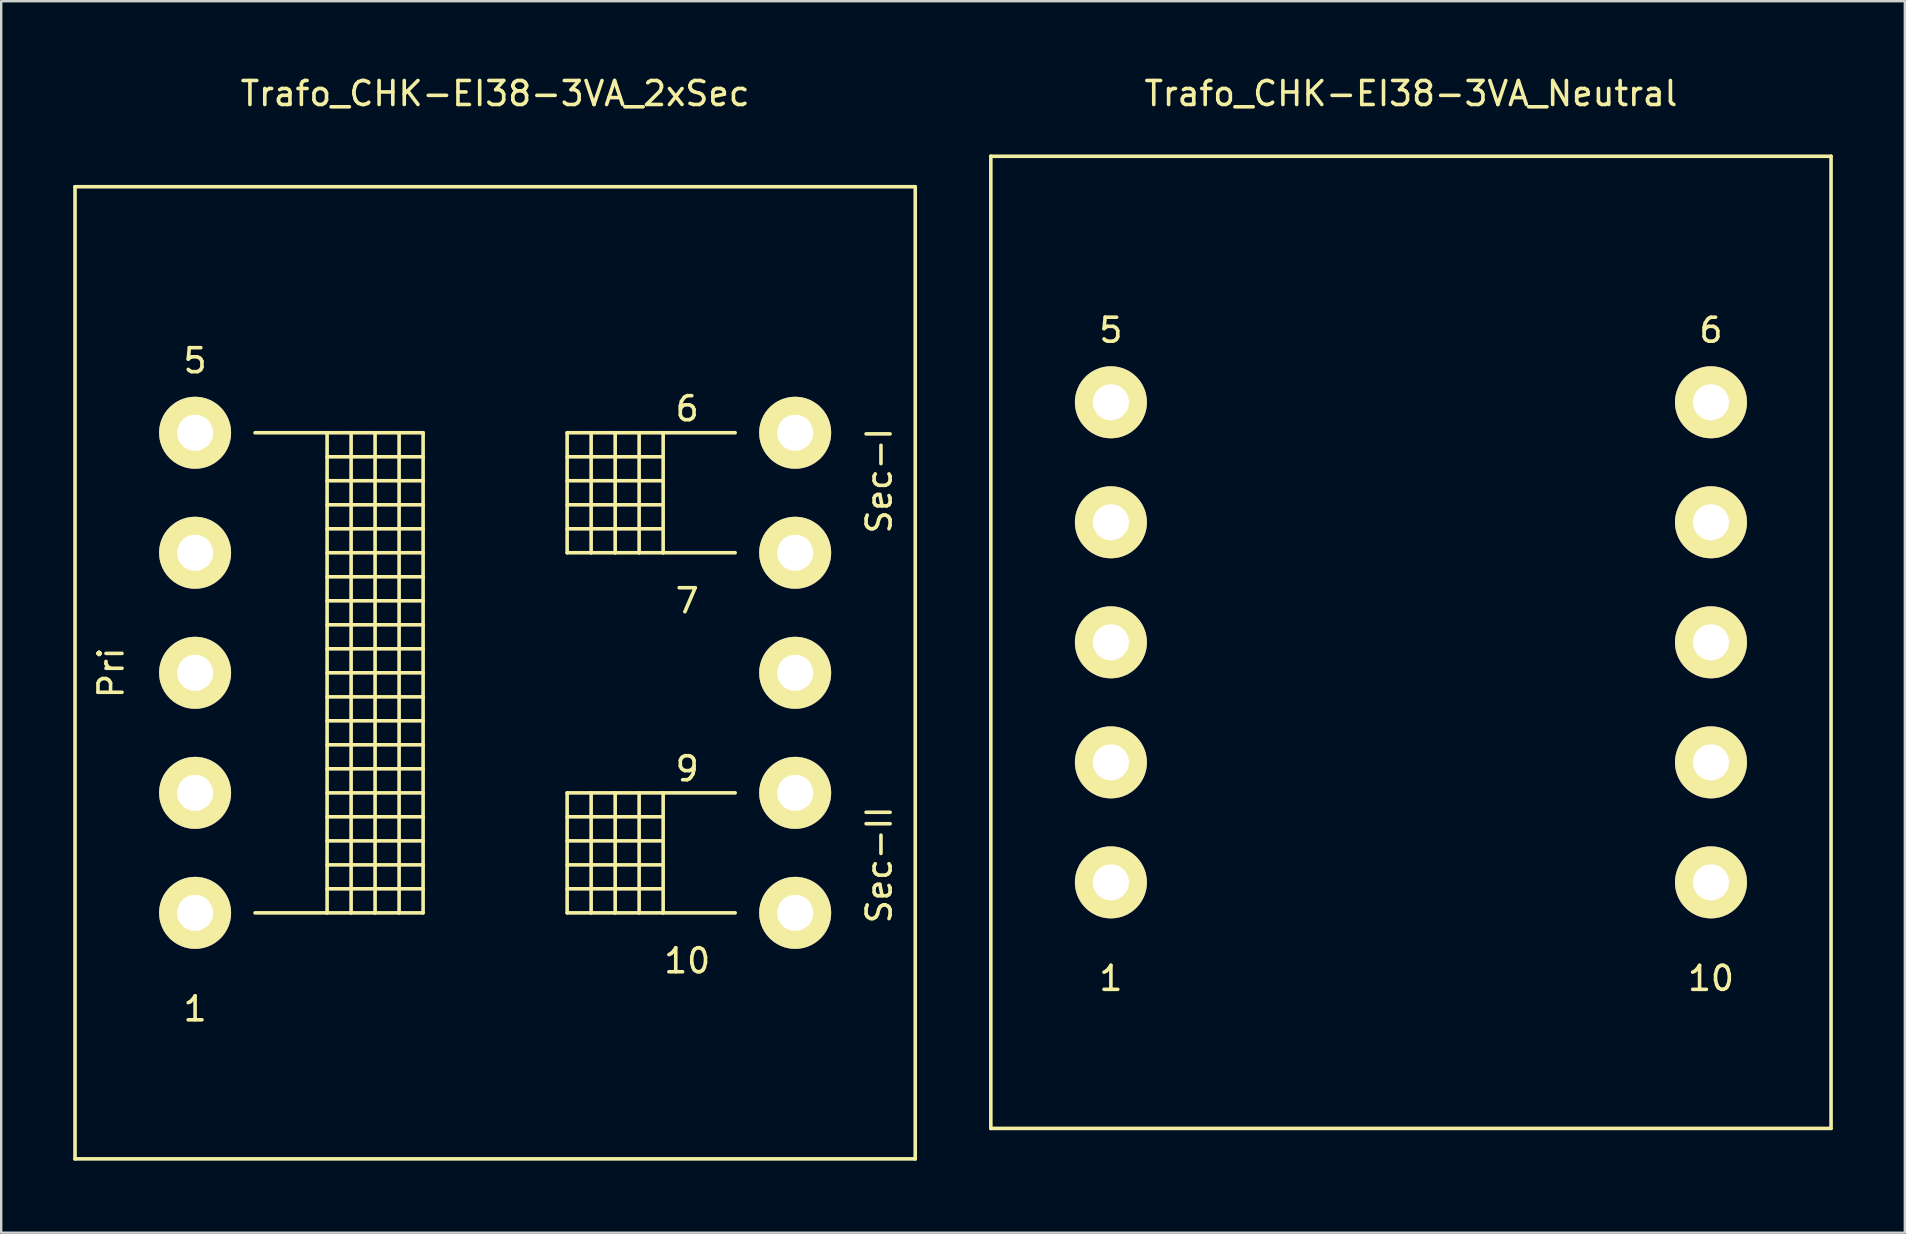
<source format=kicad_pcb>
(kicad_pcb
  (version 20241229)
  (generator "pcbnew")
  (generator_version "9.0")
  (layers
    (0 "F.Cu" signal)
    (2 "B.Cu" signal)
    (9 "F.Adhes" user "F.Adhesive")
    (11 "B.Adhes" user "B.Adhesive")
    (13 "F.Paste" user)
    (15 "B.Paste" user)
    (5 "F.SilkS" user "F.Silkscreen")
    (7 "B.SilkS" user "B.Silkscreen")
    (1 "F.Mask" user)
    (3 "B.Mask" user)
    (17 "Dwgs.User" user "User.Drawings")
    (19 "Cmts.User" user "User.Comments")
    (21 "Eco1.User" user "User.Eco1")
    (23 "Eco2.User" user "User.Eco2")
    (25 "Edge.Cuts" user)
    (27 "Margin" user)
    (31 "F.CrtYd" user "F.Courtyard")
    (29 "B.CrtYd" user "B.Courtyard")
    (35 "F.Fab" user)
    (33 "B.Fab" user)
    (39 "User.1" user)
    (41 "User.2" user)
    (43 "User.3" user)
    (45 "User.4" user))
  (footprint "Trafo_CHK-EI38-3VA_2xSec"
    (layer "F.Cu")
    (at 17.576 24.978)
    (property "Reference" "Trafo_CHK-EI38-3VA_2xSec" (at 0 -24.13 0) (layer "F.SilkS") (effects (font (size 1 1) (thickness 0.15))))
    (attr through_hole)
    (fp_line (start -17.501 -20.249) (end -17.501 20.249) (stroke (width 0.15) (type solid)) (layer "F.SilkS"))
    (fp_line (start -17.501 20.249) (end 17.501 20.249) (stroke (width 0.15) (type solid)) (layer "F.SilkS"))
    (fp_line (start -10 -10) (end -7 -10) (stroke (width 0.15) (type solid)) (layer "F.SilkS"))
    (fp_line (start -7 -10) (end -7 10) (stroke (width 0.15) (type solid)) (layer "F.SilkS"))
    (fp_line (start -7 -10) (end -5.999 -10) (stroke (width 0.15) (type solid)) (layer "F.SilkS"))
    (fp_line (start -7 -8.999) (end -3 -8.999) (stroke (width 0.15) (type solid)) (layer "F.SilkS"))
    (fp_line (start -7 -8.001) (end -3 -8.001) (stroke (width 0.15) (type solid)) (layer "F.SilkS"))
    (fp_line (start -7 -7) (end -3 -7) (stroke (width 0.15) (type solid)) (layer "F.SilkS"))
    (fp_line (start -7 -5.999) (end -3 -5.999) (stroke (width 0.15) (type solid)) (layer "F.SilkS"))
    (fp_line (start -7 -5.001) (end -3 -5.001) (stroke (width 0.15) (type solid)) (layer "F.SilkS"))
    (fp_line (start -7 -4) (end -3 -4) (stroke (width 0.15) (type solid)) (layer "F.SilkS"))
    (fp_line (start -7 -3) (end -3 -3) (stroke (width 0.15) (type solid)) (layer "F.SilkS"))
    (fp_line (start -7 -1.999) (end -3 -1.999) (stroke (width 0.15) (type solid)) (layer "F.SilkS"))
    (fp_line (start -7 -1.001) (end -3 -1.001) (stroke (width 0.15) (type solid)) (layer "F.SilkS"))
    (fp_line (start -7 0) (end -3 0) (stroke (width 0.15) (type solid)) (layer "F.SilkS"))
    (fp_line (start -7 1.001) (end -3 1.001) (stroke (width 0.15) (type solid)) (layer "F.SilkS"))
    (fp_line (start -7 1.999) (end -3 1.999) (stroke (width 0.15) (type solid)) (layer "F.SilkS"))
    (fp_line (start -7 3) (end -3 3) (stroke (width 0.15) (type solid)) (layer "F.SilkS"))
    (fp_line (start -7 4) (end -3 4) (stroke (width 0.15) (type solid)) (layer "F.SilkS"))
    (fp_line (start -7 5.001) (end -3 5.001) (stroke (width 0.15) (type solid)) (layer "F.SilkS"))
    (fp_line (start -7 5.999) (end -3 5.999) (stroke (width 0.15) (type solid)) (layer "F.SilkS"))
    (fp_line (start -7 7) (end -3 7) (stroke (width 0.15) (type solid)) (layer "F.SilkS"))
    (fp_line (start -7 8.001) (end -3 8.001) (stroke (width 0.15) (type solid)) (layer "F.SilkS"))
    (fp_line (start -7 8.999) (end -3 8.999) (stroke (width 0.15) (type solid)) (layer "F.SilkS"))
    (fp_line (start -7 10) (end -10 10) (stroke (width 0.15) (type solid)) (layer "F.SilkS"))
    (fp_line (start -5.999 -10) (end -5.999 10) (stroke (width 0.15) (type solid)) (layer "F.SilkS"))
    (fp_line (start -5.999 -10) (end -5.001 -10) (stroke (width 0.15) (type solid)) (layer "F.SilkS"))
    (fp_line (start -5.999 10) (end -7 10) (stroke (width 0.15) (type solid)) (layer "F.SilkS"))
    (fp_line (start -5.001 -10) (end -5.001 10) (stroke (width 0.15) (type solid)) (layer "F.SilkS"))
    (fp_line (start -5.001 -10) (end -4 -10) (stroke (width 0.15) (type solid)) (layer "F.SilkS"))
    (fp_line (start -5.001 10) (end -5.999 10) (stroke (width 0.15) (type solid)) (layer "F.SilkS"))
    (fp_line (start -4 -10) (end -4 10) (stroke (width 0.15) (type solid)) (layer "F.SilkS"))
    (fp_line (start -4 -10) (end -3 -10) (stroke (width 0.15) (type solid)) (layer "F.SilkS"))
    (fp_line (start -4 10) (end -5.001 10) (stroke (width 0.15) (type solid)) (layer "F.SilkS"))
    (fp_line (start -3 -10) (end -3 10) (stroke (width 0.15) (type solid)) (layer "F.SilkS"))
    (fp_line (start -3 10) (end -4 10) (stroke (width 0.15) (type solid)) (layer "F.SilkS"))
    (fp_line (start 3 -10) (end 3 -5.001) (stroke (width 0.15) (type solid)) (layer "F.SilkS"))
    (fp_line (start 3 -8.999) (end 7 -8.999) (stroke (width 0.15) (type solid)) (layer "F.SilkS"))
    (fp_line (start 3 -7) (end 7 -7) (stroke (width 0.15) (type solid)) (layer "F.SilkS"))
    (fp_line (start 3 -5.001) (end 4 -5.001) (stroke (width 0.15) (type solid)) (layer "F.SilkS"))
    (fp_line (start 3 5.001) (end 3 10) (stroke (width 0.15) (type solid)) (layer "F.SilkS"))
    (fp_line (start 3 5.999) (end 7 5.999) (stroke (width 0.15) (type solid)) (layer "F.SilkS"))
    (fp_line (start 3 7) (end 7 7) (stroke (width 0.15) (type solid)) (layer "F.SilkS"))
    (fp_line (start 3 8.001) (end 7 8.001) (stroke (width 0.15) (type solid)) (layer "F.SilkS"))
    (fp_line (start 3 8.999) (end 7 8.999) (stroke (width 0.15) (type solid)) (layer "F.SilkS"))
    (fp_line (start 3 10) (end 4 10) (stroke (width 0.15) (type solid)) (layer "F.SilkS"))
    (fp_line (start 4 -10) (end 3 -10) (stroke (width 0.15) (type solid)) (layer "F.SilkS"))
    (fp_line (start 4 -10) (end 4 -5.001) (stroke (width 0.15) (type solid)) (layer "F.SilkS"))
    (fp_line (start 4 -5.001) (end 5.001 -5.001) (stroke (width 0.15) (type solid)) (layer "F.SilkS"))
    (fp_line (start 4 5.001) (end 3 5.001) (stroke (width 0.15) (type solid)) (layer "F.SilkS"))
    (fp_line (start 4 5.001) (end 4 10) (stroke (width 0.15) (type solid)) (layer "F.SilkS"))
    (fp_line (start 4 10) (end 5.001 10) (stroke (width 0.15) (type solid)) (layer "F.SilkS"))
    (fp_line (start 5.001 -10) (end 4 -10) (stroke (width 0.15) (type solid)) (layer "F.SilkS"))
    (fp_line (start 5.001 -10) (end 5.001 -5.001) (stroke (width 0.15) (type solid)) (layer "F.SilkS"))
    (fp_line (start 5.001 -5.001) (end 5.999 -5.001) (stroke (width 0.15) (type solid)) (layer "F.SilkS"))
    (fp_line (start 5.001 5.001) (end 4 5.001) (stroke (width 0.15) (type solid)) (layer "F.SilkS"))
    (fp_line (start 5.001 5.001) (end 5.001 10) (stroke (width 0.15) (type solid)) (layer "F.SilkS"))
    (fp_line (start 5.001 10) (end 5.999 10) (stroke (width 0.15) (type solid)) (layer "F.SilkS"))
    (fp_line (start 5.999 -10) (end 5.001 -10) (stroke (width 0.15) (type solid)) (layer "F.SilkS"))
    (fp_line (start 5.999 -10) (end 5.999 -5.001) (stroke (width 0.15) (type solid)) (layer "F.SilkS"))
    (fp_line (start 5.999 -5.001) (end 7 -5.001) (stroke (width 0.15) (type solid)) (layer "F.SilkS"))
    (fp_line (start 5.999 5.001) (end 5.001 5.001) (stroke (width 0.15) (type solid)) (layer "F.SilkS"))
    (fp_line (start 5.999 5.001) (end 5.999 10) (stroke (width 0.15) (type solid)) (layer "F.SilkS"))
    (fp_line (start 5.999 10) (end 7 10) (stroke (width 0.15) (type solid)) (layer "F.SilkS"))
    (fp_line (start 7 -10) (end 5.999 -10) (stroke (width 0.15) (type solid)) (layer "F.SilkS"))
    (fp_line (start 7 -10) (end 7 -5.001) (stroke (width 0.15) (type solid)) (layer "F.SilkS"))
    (fp_line (start 7 -8.001) (end 3 -8.001) (stroke (width 0.15) (type solid)) (layer "F.SilkS"))
    (fp_line (start 7 -5.999) (end 3 -5.999) (stroke (width 0.15) (type solid)) (layer "F.SilkS"))
    (fp_line (start 7 -5.001) (end 10 -5.001) (stroke (width 0.15) (type solid)) (layer "F.SilkS"))
    (fp_line (start 7 5.001) (end 5.999 5.001) (stroke (width 0.15) (type solid)) (layer "F.SilkS"))
    (fp_line (start 7 5.001) (end 7 10) (stroke (width 0.15) (type solid)) (layer "F.SilkS"))
    (fp_line (start 7 10) (end 10 10) (stroke (width 0.15) (type solid)) (layer "F.SilkS"))
    (fp_line (start 10 -10) (end 7 -10) (stroke (width 0.15) (type solid)) (layer "F.SilkS"))
    (fp_line (start 10 5.001) (end 7 5.001) (stroke (width 0.15) (type solid)) (layer "F.SilkS"))
    (fp_line (start 17.501 -20.249) (end -17.501 -20.249) (stroke (width 0.15) (type solid)) (layer "F.SilkS"))
    (fp_line (start 17.501 20.249) (end 17.501 -20.249) (stroke (width 0.15) (type solid)) (layer "F.SilkS"))
    (fp_text user "1" (at -12.499 14 0) (layer "F.SilkS") (effects (font (size 1 1) (thickness 0.15))))
    (fp_text user "6" (at 8.001 -11.001 0) (layer "F.SilkS") (effects (font (size 1 1) (thickness 0.15))))
    (fp_text user "Pri" (at -15.999 0 90) (layer "F.SilkS") (effects (font (size 1 1) (thickness 0.15))))
    (fp_text user "10" (at 8.001 11.999 0) (layer "F.SilkS") (effects (font (size 1 1) (thickness 0.15))))
    (fp_text user "7" (at 8.001 -3 0) (layer "F.SilkS") (effects (font (size 1 1) (thickness 0.15))))
    (fp_text user "5" (at -12.499 -13 0) (layer "F.SilkS") (effects (font (size 1 1) (thickness 0.15))))
    (fp_text user "Sec-II" (at 15.999 8.001 90) (layer "F.SilkS") (effects (font (size 1 1) (thickness 0.15))))
    (fp_text user "9" (at 8.001 4 0) (layer "F.SilkS") (effects (font (size 1 1) (thickness 0.15))))
    (fp_text user "Sec-I" (at 15.999 -8.001 90) (layer "F.SilkS") (effects (font (size 1 1) (thickness 0.15))))
    (pad "1" thru_hole circle (at -12.499 10) (size 3 3) (drill 1.501) (layers "*.Cu" "*.Mask" "F.SilkS"))
    (pad "2" thru_hole circle (at -12.499 5.001) (size 3 3) (drill 1.501) (layers "*.Cu" "*.Mask" "F.SilkS"))
    (pad "3" thru_hole circle (at -12.499 0) (size 3 3) (drill 1.501) (layers "*.Cu" "*.Mask" "F.SilkS"))
    (pad "4" thru_hole circle (at -12.499 -5.001) (size 3 3) (drill 1.501) (layers "*.Cu" "*.Mask" "F.SilkS"))
    (pad "5" thru_hole circle (at -12.499 -10) (size 3 3) (drill 1.501) (layers "*.Cu" "*.Mask" "F.SilkS"))
    (pad "6" thru_hole circle (at 12.499 -10) (size 3 3) (drill 1.501) (layers "*.Cu" "*.Mask" "F.SilkS"))
    (pad "7" thru_hole circle (at 12.499 -5.001) (size 3 3) (drill 1.501) (layers "*.Cu" "*.Mask" "F.SilkS"))
    (pad "8" thru_hole circle (at 12.499 0) (size 3 3) (drill 1.501) (layers "*.Cu" "*.Mask" "F.SilkS"))
    (pad "9" thru_hole circle (at 12.499 5.001) (size 3 3) (drill 1.501) (layers "*.Cu" "*.Mask" "F.SilkS"))
    (pad "10" thru_hole circle (at 12.499 10) (size 3 3) (drill 1.501) (layers "*.Cu" "*.Mask" "F.SilkS")))
  (footprint "Trafo_CHK-EI38-3VA_Neutral"
    (layer "F.Cu")
    (at 55.727 23.708)
    (property "Reference" "Trafo_CHK-EI38-3VA_Neutral" (at 0 -22.86 0) (layer "F.SilkS") (effects (font (size 1 1) (thickness 0.15))))
    (attr through_hole)
    (fp_line (start -17.501 -20.249) (end -17.501 20.249) (stroke (width 0.15) (type solid)) (layer "F.SilkS"))
    (fp_line (start -17.501 20.249) (end 17.501 20.249) (stroke (width 0.15) (type solid)) (layer "F.SilkS"))
    (fp_line (start 17.501 -20.249) (end -17.501 -20.249) (stroke (width 0.15) (type solid)) (layer "F.SilkS"))
    (fp_line (start 17.501 20.249) (end 17.501 -20.249) (stroke (width 0.15) (type solid)) (layer "F.SilkS"))
    (fp_text user "6" (at 12.499 -13 0) (layer "F.SilkS") (effects (font (size 1 1) (thickness 0.15))))
    (fp_text user "1" (at -12.499 14 0) (layer "F.SilkS") (effects (font (size 1 1) (thickness 0.15))))
    (fp_text user "5" (at -12.499 -13 0) (layer "F.SilkS") (effects (font (size 1 1) (thickness 0.15))))
    (fp_text user "10" (at 12.499 14 0) (layer "F.SilkS") (effects (font (size 1 1) (thickness 0.15))))
    (pad "1" thru_hole circle (at -12.499 10) (size 3 3) (drill 1.501) (layers "*.Cu" "*.Mask" "F.SilkS"))
    (pad "2" thru_hole circle (at -12.499 5.001) (size 3 3) (drill 1.501) (layers "*.Cu" "*.Mask" "F.SilkS"))
    (pad "3" thru_hole circle (at -12.499 0) (size 3 3) (drill 1.501) (layers "*.Cu" "*.Mask" "F.SilkS"))
    (pad "4" thru_hole circle (at -12.499 -5.001) (size 3 3) (drill 1.501) (layers "*.Cu" "*.Mask" "F.SilkS"))
    (pad "5" thru_hole circle (at -12.499 -10) (size 3 3) (drill 1.501) (layers "*.Cu" "*.Mask" "F.SilkS"))
    (pad "6" thru_hole circle (at 12.499 -10) (size 3 3) (drill 1.501) (layers "*.Cu" "*.Mask" "F.SilkS"))
    (pad "7" thru_hole circle (at 12.499 -5.001) (size 3 3) (drill 1.501) (layers "*.Cu" "*.Mask" "F.SilkS"))
    (pad "8" thru_hole circle (at 12.499 0) (size 3 3) (drill 1.501) (layers "*.Cu" "*.Mask" "F.SilkS"))
    (pad "9" thru_hole circle (at 12.499 5.001) (size 3 3) (drill 1.501) (layers "*.Cu" "*.Mask" "F.SilkS"))
    (pad "10" thru_hole circle (at 12.499 10) (size 3 3) (drill 1.501) (layers "*.Cu" "*.Mask" "F.SilkS")))
  (gr_rect
    (start -3 -3)
    (end 76.302 48.302)
    (stroke (width 0.1) (type default))
    (fill no)
    (layer "Edge.Cuts")))
</source>
